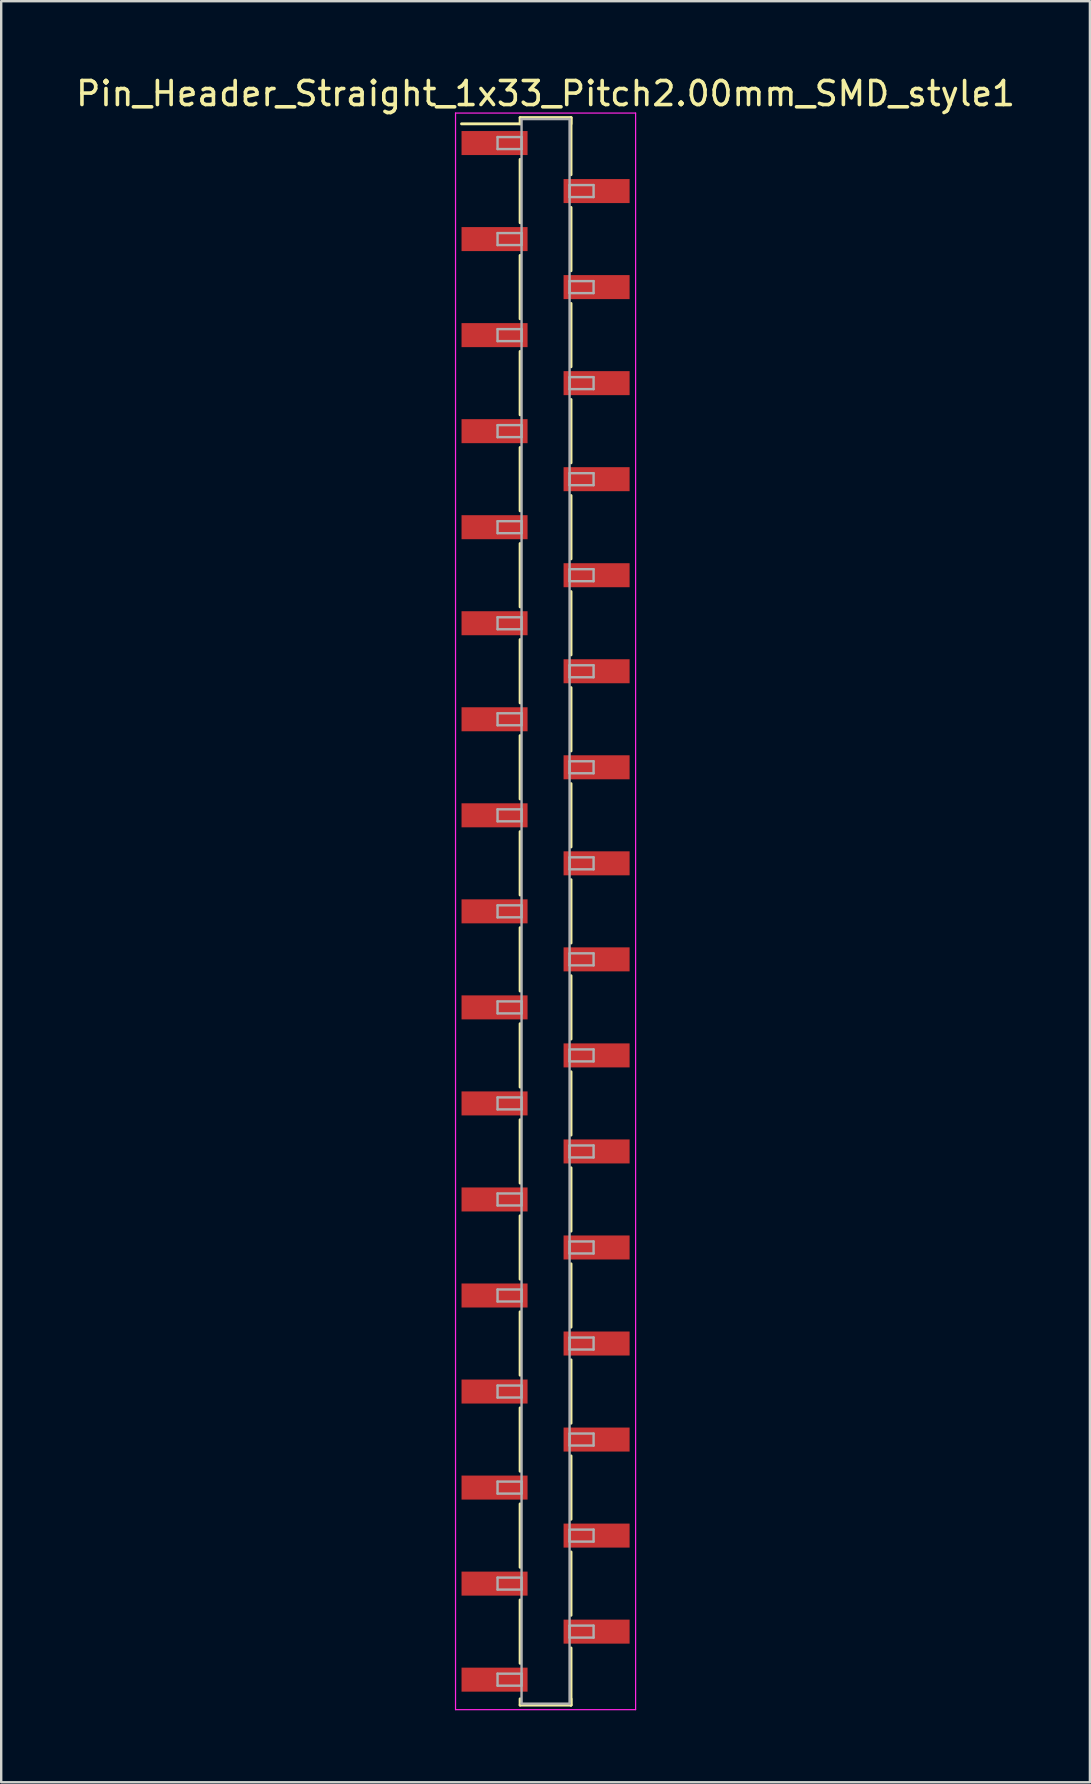
<source format=kicad_pcb>
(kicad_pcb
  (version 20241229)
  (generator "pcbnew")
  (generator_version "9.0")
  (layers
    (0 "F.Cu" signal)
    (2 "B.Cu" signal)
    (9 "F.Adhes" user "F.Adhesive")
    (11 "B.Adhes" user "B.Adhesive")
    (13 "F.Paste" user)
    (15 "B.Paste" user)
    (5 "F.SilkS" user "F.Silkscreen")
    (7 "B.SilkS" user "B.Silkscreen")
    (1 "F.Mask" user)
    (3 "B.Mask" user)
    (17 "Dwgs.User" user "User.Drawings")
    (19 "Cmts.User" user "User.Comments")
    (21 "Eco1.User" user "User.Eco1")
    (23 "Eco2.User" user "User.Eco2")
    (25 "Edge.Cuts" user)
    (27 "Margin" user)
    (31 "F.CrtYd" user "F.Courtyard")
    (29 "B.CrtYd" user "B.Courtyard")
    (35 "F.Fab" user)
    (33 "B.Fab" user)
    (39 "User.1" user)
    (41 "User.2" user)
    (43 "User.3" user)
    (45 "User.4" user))
  (footprint "Pin_Header_Straight_1x33_Pitch2.00mm_SMD_style1"
    (layer "F.Cu")
    (at 19.673 34.908)
    (property "Reference" "Pin_Header_Straight_1x33_Pitch2.00mm_SMD_style1" (at 0 -34.06 0) (layer "F.SilkS") (effects (font (size 1 1) (thickness 0.15))))
    (attr smd)
    (fp_line (start -1.06 -33.06) (end 1.06 -33.06) (stroke (width 0.12) (type solid)) (layer "F.SilkS"))
    (fp_line (start -1.06 -32.8) (end -3.5 -32.8) (stroke (width 0.12) (type solid)) (layer "F.SilkS"))
    (fp_line (start -1.06 -32.8) (end -1.06 -33.06) (stroke (width 0.12) (type solid)) (layer "F.SilkS"))
    (fp_line (start -1.06 -31.32) (end -1.06 -28.68) (stroke (width 0.12) (type solid)) (layer "F.SilkS"))
    (fp_line (start -1.06 -27.32) (end -1.06 -24.68) (stroke (width 0.12) (type solid)) (layer "F.SilkS"))
    (fp_line (start -1.06 -23.32) (end -1.06 -20.68) (stroke (width 0.12) (type solid)) (layer "F.SilkS"))
    (fp_line (start -1.06 -19.32) (end -1.06 -16.68) (stroke (width 0.12) (type solid)) (layer "F.SilkS"))
    (fp_line (start -1.06 -15.32) (end -1.06 -12.68) (stroke (width 0.12) (type solid)) (layer "F.SilkS"))
    (fp_line (start -1.06 -11.32) (end -1.06 -8.68) (stroke (width 0.12) (type solid)) (layer "F.SilkS"))
    (fp_line (start -1.06 -7.32) (end -1.06 -4.68) (stroke (width 0.12) (type solid)) (layer "F.SilkS"))
    (fp_line (start -1.06 -3.32) (end -1.06 -0.68) (stroke (width 0.12) (type solid)) (layer "F.SilkS"))
    (fp_line (start -1.06 0.68) (end -1.06 3.32) (stroke (width 0.12) (type solid)) (layer "F.SilkS"))
    (fp_line (start -1.06 4.68) (end -1.06 7.32) (stroke (width 0.12) (type solid)) (layer "F.SilkS"))
    (fp_line (start -1.06 8.68) (end -1.06 11.32) (stroke (width 0.12) (type solid)) (layer "F.SilkS"))
    (fp_line (start -1.06 12.68) (end -1.06 15.32) (stroke (width 0.12) (type solid)) (layer "F.SilkS"))
    (fp_line (start -1.06 16.68) (end -1.06 19.32) (stroke (width 0.12) (type solid)) (layer "F.SilkS"))
    (fp_line (start -1.06 20.68) (end -1.06 23.32) (stroke (width 0.12) (type solid)) (layer "F.SilkS"))
    (fp_line (start -1.06 24.68) (end -1.06 27.32) (stroke (width 0.12) (type solid)) (layer "F.SilkS"))
    (fp_line (start -1.06 28.68) (end -1.06 31.32) (stroke (width 0.12) (type solid)) (layer "F.SilkS"))
    (fp_line (start -1.06 32.8) (end -1.06 33.06) (stroke (width 0.12) (type solid)) (layer "F.SilkS"))
    (fp_line (start -1.06 33.06) (end 1.06 33.06) (stroke (width 0.12) (type solid)) (layer "F.SilkS"))
    (fp_line (start 1.06 -33.06) (end 1.06 -32.8) (stroke (width 0.12) (type solid)) (layer "F.SilkS"))
    (fp_line (start 1.06 -33.06) (end 1.06 -30.68) (stroke (width 0.12) (type solid)) (layer "F.SilkS"))
    (fp_line (start 1.06 -29.32) (end 1.06 -26.68) (stroke (width 0.12) (type solid)) (layer "F.SilkS"))
    (fp_line (start 1.06 -25.32) (end 1.06 -22.68) (stroke (width 0.12) (type solid)) (layer "F.SilkS"))
    (fp_line (start 1.06 -21.32) (end 1.06 -18.68) (stroke (width 0.12) (type solid)) (layer "F.SilkS"))
    (fp_line (start 1.06 -17.32) (end 1.06 -14.68) (stroke (width 0.12) (type solid)) (layer "F.SilkS"))
    (fp_line (start 1.06 -13.32) (end 1.06 -10.68) (stroke (width 0.12) (type solid)) (layer "F.SilkS"))
    (fp_line (start 1.06 -9.32) (end 1.06 -6.68) (stroke (width 0.12) (type solid)) (layer "F.SilkS"))
    (fp_line (start 1.06 -5.32) (end 1.06 -2.68) (stroke (width 0.12) (type solid)) (layer "F.SilkS"))
    (fp_line (start 1.06 -1.32) (end 1.06 1.32) (stroke (width 0.12) (type solid)) (layer "F.SilkS"))
    (fp_line (start 1.06 2.68) (end 1.06 5.32) (stroke (width 0.12) (type solid)) (layer "F.SilkS"))
    (fp_line (start 1.06 6.68) (end 1.06 9.32) (stroke (width 0.12) (type solid)) (layer "F.SilkS"))
    (fp_line (start 1.06 10.68) (end 1.06 13.32) (stroke (width 0.12) (type solid)) (layer "F.SilkS"))
    (fp_line (start 1.06 14.68) (end 1.06 17.32) (stroke (width 0.12) (type solid)) (layer "F.SilkS"))
    (fp_line (start 1.06 18.68) (end 1.06 21.32) (stroke (width 0.12) (type solid)) (layer "F.SilkS"))
    (fp_line (start 1.06 22.68) (end 1.06 25.32) (stroke (width 0.12) (type solid)) (layer "F.SilkS"))
    (fp_line (start 1.06 26.68) (end 1.06 29.32) (stroke (width 0.12) (type solid)) (layer "F.SilkS"))
    (fp_line (start 1.06 30.68) (end 1.06 33.06) (stroke (width 0.12) (type solid)) (layer "F.SilkS"))
    (fp_line (start 1.06 33.06) (end 1.06 32.8) (stroke (width 0.12) (type solid)) (layer "F.SilkS"))
    (fp_line (start -3.75 -33.25) (end -3.75 33.25) (stroke (width 0.05) (type solid)) (layer "F.CrtYd"))
    (fp_line (start -3.75 33.25) (end 3.75 33.25) (stroke (width 0.05) (type solid)) (layer "F.CrtYd"))
    (fp_line (start 3.75 -33.25) (end -3.75 -33.25) (stroke (width 0.05) (type solid)) (layer "F.CrtYd"))
    (fp_line (start 3.75 33.25) (end 3.75 -33.25) (stroke (width 0.05) (type solid)) (layer "F.CrtYd"))
    (fp_line (start -2 -32.25) (end -1 -32.25) (stroke (width 0.1) (type solid)) (layer "F.Fab"))
    (fp_line (start -2 -31.75) (end -2 -32.25) (stroke (width 0.1) (type solid)) (layer "F.Fab"))
    (fp_line (start -2 -28.25) (end -1 -28.25) (stroke (width 0.1) (type solid)) (layer "F.Fab"))
    (fp_line (start -2 -27.75) (end -2 -28.25) (stroke (width 0.1) (type solid)) (layer "F.Fab"))
    (fp_line (start -2 -24.25) (end -1 -24.25) (stroke (width 0.1) (type solid)) (layer "F.Fab"))
    (fp_line (start -2 -23.75) (end -2 -24.25) (stroke (width 0.1) (type solid)) (layer "F.Fab"))
    (fp_line (start -2 -20.25) (end -1 -20.25) (stroke (width 0.1) (type solid)) (layer "F.Fab"))
    (fp_line (start -2 -19.75) (end -2 -20.25) (stroke (width 0.1) (type solid)) (layer "F.Fab"))
    (fp_line (start -2 -16.25) (end -1 -16.25) (stroke (width 0.1) (type solid)) (layer "F.Fab"))
    (fp_line (start -2 -15.75) (end -2 -16.25) (stroke (width 0.1) (type solid)) (layer "F.Fab"))
    (fp_line (start -2 -12.25) (end -1 -12.25) (stroke (width 0.1) (type solid)) (layer "F.Fab"))
    (fp_line (start -2 -11.75) (end -2 -12.25) (stroke (width 0.1) (type solid)) (layer "F.Fab"))
    (fp_line (start -2 -8.25) (end -1 -8.25) (stroke (width 0.1) (type solid)) (layer "F.Fab"))
    (fp_line (start -2 -7.75) (end -2 -8.25) (stroke (width 0.1) (type solid)) (layer "F.Fab"))
    (fp_line (start -2 -4.25) (end -1 -4.25) (stroke (width 0.1) (type solid)) (layer "F.Fab"))
    (fp_line (start -2 -3.75) (end -2 -4.25) (stroke (width 0.1) (type solid)) (layer "F.Fab"))
    (fp_line (start -2 -0.25) (end -1 -0.25) (stroke (width 0.1) (type solid)) (layer "F.Fab"))
    (fp_line (start -2 0.25) (end -2 -0.25) (stroke (width 0.1) (type solid)) (layer "F.Fab"))
    (fp_line (start -2 3.75) (end -1 3.75) (stroke (width 0.1) (type solid)) (layer "F.Fab"))
    (fp_line (start -2 4.25) (end -2 3.75) (stroke (width 0.1) (type solid)) (layer "F.Fab"))
    (fp_line (start -2 7.75) (end -1 7.75) (stroke (width 0.1) (type solid)) (layer "F.Fab"))
    (fp_line (start -2 8.25) (end -2 7.75) (stroke (width 0.1) (type solid)) (layer "F.Fab"))
    (fp_line (start -2 11.75) (end -1 11.75) (stroke (width 0.1) (type solid)) (layer "F.Fab"))
    (fp_line (start -2 12.25) (end -2 11.75) (stroke (width 0.1) (type solid)) (layer "F.Fab"))
    (fp_line (start -2 15.75) (end -1 15.75) (stroke (width 0.1) (type solid)) (layer "F.Fab"))
    (fp_line (start -2 16.25) (end -2 15.75) (stroke (width 0.1) (type solid)) (layer "F.Fab"))
    (fp_line (start -2 19.75) (end -1 19.75) (stroke (width 0.1) (type solid)) (layer "F.Fab"))
    (fp_line (start -2 20.25) (end -2 19.75) (stroke (width 0.1) (type solid)) (layer "F.Fab"))
    (fp_line (start -2 23.75) (end -1 23.75) (stroke (width 0.1) (type solid)) (layer "F.Fab"))
    (fp_line (start -2 24.25) (end -2 23.75) (stroke (width 0.1) (type solid)) (layer "F.Fab"))
    (fp_line (start -2 27.75) (end -1 27.75) (stroke (width 0.1) (type solid)) (layer "F.Fab"))
    (fp_line (start -2 28.25) (end -2 27.75) (stroke (width 0.1) (type solid)) (layer "F.Fab"))
    (fp_line (start -2 31.75) (end -1 31.75) (stroke (width 0.1) (type solid)) (layer "F.Fab"))
    (fp_line (start -2 32.25) (end -2 31.75) (stroke (width 0.1) (type solid)) (layer "F.Fab"))
    (fp_line (start -1 -33) (end -1 33) (stroke (width 0.1) (type solid)) (layer "F.Fab"))
    (fp_line (start -1 -32.25) (end -1 -31.75) (stroke (width 0.1) (type solid)) (layer "F.Fab"))
    (fp_line (start -1 -31.75) (end -2 -31.75) (stroke (width 0.1) (type solid)) (layer "F.Fab"))
    (fp_line (start -1 -28.25) (end -1 -27.75) (stroke (width 0.1) (type solid)) (layer "F.Fab"))
    (fp_line (start -1 -27.75) (end -2 -27.75) (stroke (width 0.1) (type solid)) (layer "F.Fab"))
    (fp_line (start -1 -24.25) (end -1 -23.75) (stroke (width 0.1) (type solid)) (layer "F.Fab"))
    (fp_line (start -1 -23.75) (end -2 -23.75) (stroke (width 0.1) (type solid)) (layer "F.Fab"))
    (fp_line (start -1 -20.25) (end -1 -19.75) (stroke (width 0.1) (type solid)) (layer "F.Fab"))
    (fp_line (start -1 -19.75) (end -2 -19.75) (stroke (width 0.1) (type solid)) (layer "F.Fab"))
    (fp_line (start -1 -16.25) (end -1 -15.75) (stroke (width 0.1) (type solid)) (layer "F.Fab"))
    (fp_line (start -1 -15.75) (end -2 -15.75) (stroke (width 0.1) (type solid)) (layer "F.Fab"))
    (fp_line (start -1 -12.25) (end -1 -11.75) (stroke (width 0.1) (type solid)) (layer "F.Fab"))
    (fp_line (start -1 -11.75) (end -2 -11.75) (stroke (width 0.1) (type solid)) (layer "F.Fab"))
    (fp_line (start -1 -8.25) (end -1 -7.75) (stroke (width 0.1) (type solid)) (layer "F.Fab"))
    (fp_line (start -1 -7.75) (end -2 -7.75) (stroke (width 0.1) (type solid)) (layer "F.Fab"))
    (fp_line (start -1 -4.25) (end -1 -3.75) (stroke (width 0.1) (type solid)) (layer "F.Fab"))
    (fp_line (start -1 -3.75) (end -2 -3.75) (stroke (width 0.1) (type solid)) (layer "F.Fab"))
    (fp_line (start -1 -0.25) (end -1 0.25) (stroke (width 0.1) (type solid)) (layer "F.Fab"))
    (fp_line (start -1 0.25) (end -2 0.25) (stroke (width 0.1) (type solid)) (layer "F.Fab"))
    (fp_line (start -1 3.75) (end -1 4.25) (stroke (width 0.1) (type solid)) (layer "F.Fab"))
    (fp_line (start -1 4.25) (end -2 4.25) (stroke (width 0.1) (type solid)) (layer "F.Fab"))
    (fp_line (start -1 7.75) (end -1 8.25) (stroke (width 0.1) (type solid)) (layer "F.Fab"))
    (fp_line (start -1 8.25) (end -2 8.25) (stroke (width 0.1) (type solid)) (layer "F.Fab"))
    (fp_line (start -1 11.75) (end -1 12.25) (stroke (width 0.1) (type solid)) (layer "F.Fab"))
    (fp_line (start -1 12.25) (end -2 12.25) (stroke (width 0.1) (type solid)) (layer "F.Fab"))
    (fp_line (start -1 15.75) (end -1 16.25) (stroke (width 0.1) (type solid)) (layer "F.Fab"))
    (fp_line (start -1 16.25) (end -2 16.25) (stroke (width 0.1) (type solid)) (layer "F.Fab"))
    (fp_line (start -1 19.75) (end -1 20.25) (stroke (width 0.1) (type solid)) (layer "F.Fab"))
    (fp_line (start -1 20.25) (end -2 20.25) (stroke (width 0.1) (type solid)) (layer "F.Fab"))
    (fp_line (start -1 23.75) (end -1 24.25) (stroke (width 0.1) (type solid)) (layer "F.Fab"))
    (fp_line (start -1 24.25) (end -2 24.25) (stroke (width 0.1) (type solid)) (layer "F.Fab"))
    (fp_line (start -1 27.75) (end -1 28.25) (stroke (width 0.1) (type solid)) (layer "F.Fab"))
    (fp_line (start -1 28.25) (end -2 28.25) (stroke (width 0.1) (type solid)) (layer "F.Fab"))
    (fp_line (start -1 31.75) (end -1 32.25) (stroke (width 0.1) (type solid)) (layer "F.Fab"))
    (fp_line (start -1 32.25) (end -2 32.25) (stroke (width 0.1) (type solid)) (layer "F.Fab"))
    (fp_line (start -1 33) (end 1 33) (stroke (width 0.1) (type solid)) (layer "F.Fab"))
    (fp_line (start 1 -33) (end -1 -33) (stroke (width 0.1) (type solid)) (layer "F.Fab"))
    (fp_line (start 1 -30.25) (end 1 -29.75) (stroke (width 0.1) (type solid)) (layer "F.Fab"))
    (fp_line (start 1 -29.75) (end 2 -29.75) (stroke (width 0.1) (type solid)) (layer "F.Fab"))
    (fp_line (start 1 -26.25) (end 1 -25.75) (stroke (width 0.1) (type solid)) (layer "F.Fab"))
    (fp_line (start 1 -25.75) (end 2 -25.75) (stroke (width 0.1) (type solid)) (layer "F.Fab"))
    (fp_line (start 1 -22.25) (end 1 -21.75) (stroke (width 0.1) (type solid)) (layer "F.Fab"))
    (fp_line (start 1 -21.75) (end 2 -21.75) (stroke (width 0.1) (type solid)) (layer "F.Fab"))
    (fp_line (start 1 -18.25) (end 1 -17.75) (stroke (width 0.1) (type solid)) (layer "F.Fab"))
    (fp_line (start 1 -17.75) (end 2 -17.75) (stroke (width 0.1) (type solid)) (layer "F.Fab"))
    (fp_line (start 1 -14.25) (end 1 -13.75) (stroke (width 0.1) (type solid)) (layer "F.Fab"))
    (fp_line (start 1 -13.75) (end 2 -13.75) (stroke (width 0.1) (type solid)) (layer "F.Fab"))
    (fp_line (start 1 -10.25) (end 1 -9.75) (stroke (width 0.1) (type solid)) (layer "F.Fab"))
    (fp_line (start 1 -9.75) (end 2 -9.75) (stroke (width 0.1) (type solid)) (layer "F.Fab"))
    (fp_line (start 1 -6.25) (end 1 -5.75) (stroke (width 0.1) (type solid)) (layer "F.Fab"))
    (fp_line (start 1 -5.75) (end 2 -5.75) (stroke (width 0.1) (type solid)) (layer "F.Fab"))
    (fp_line (start 1 -2.25) (end 1 -1.75) (stroke (width 0.1) (type solid)) (layer "F.Fab"))
    (fp_line (start 1 -1.75) (end 2 -1.75) (stroke (width 0.1) (type solid)) (layer "F.Fab"))
    (fp_line (start 1 1.75) (end 1 2.25) (stroke (width 0.1) (type solid)) (layer "F.Fab"))
    (fp_line (start 1 2.25) (end 2 2.25) (stroke (width 0.1) (type solid)) (layer "F.Fab"))
    (fp_line (start 1 5.75) (end 1 6.25) (stroke (width 0.1) (type solid)) (layer "F.Fab"))
    (fp_line (start 1 6.25) (end 2 6.25) (stroke (width 0.1) (type solid)) (layer "F.Fab"))
    (fp_line (start 1 9.75) (end 1 10.25) (stroke (width 0.1) (type solid)) (layer "F.Fab"))
    (fp_line (start 1 10.25) (end 2 10.25) (stroke (width 0.1) (type solid)) (layer "F.Fab"))
    (fp_line (start 1 13.75) (end 1 14.25) (stroke (width 0.1) (type solid)) (layer "F.Fab"))
    (fp_line (start 1 14.25) (end 2 14.25) (stroke (width 0.1) (type solid)) (layer "F.Fab"))
    (fp_line (start 1 17.75) (end 1 18.25) (stroke (width 0.1) (type solid)) (layer "F.Fab"))
    (fp_line (start 1 18.25) (end 2 18.25) (stroke (width 0.1) (type solid)) (layer "F.Fab"))
    (fp_line (start 1 21.75) (end 1 22.25) (stroke (width 0.1) (type solid)) (layer "F.Fab"))
    (fp_line (start 1 22.25) (end 2 22.25) (stroke (width 0.1) (type solid)) (layer "F.Fab"))
    (fp_line (start 1 25.75) (end 1 26.25) (stroke (width 0.1) (type solid)) (layer "F.Fab"))
    (fp_line (start 1 26.25) (end 2 26.25) (stroke (width 0.1) (type solid)) (layer "F.Fab"))
    (fp_line (start 1 29.75) (end 1 30.25) (stroke (width 0.1) (type solid)) (layer "F.Fab"))
    (fp_line (start 1 30.25) (end 2 30.25) (stroke (width 0.1) (type solid)) (layer "F.Fab"))
    (fp_line (start 1 33) (end 1 -33) (stroke (width 0.1) (type solid)) (layer "F.Fab"))
    (fp_line (start 2 -30.25) (end 1 -30.25) (stroke (width 0.1) (type solid)) (layer "F.Fab"))
    (fp_line (start 2 -29.75) (end 2 -30.25) (stroke (width 0.1) (type solid)) (layer "F.Fab"))
    (fp_line (start 2 -26.25) (end 1 -26.25) (stroke (width 0.1) (type solid)) (layer "F.Fab"))
    (fp_line (start 2 -25.75) (end 2 -26.25) (stroke (width 0.1) (type solid)) (layer "F.Fab"))
    (fp_line (start 2 -22.25) (end 1 -22.25) (stroke (width 0.1) (type solid)) (layer "F.Fab"))
    (fp_line (start 2 -21.75) (end 2 -22.25) (stroke (width 0.1) (type solid)) (layer "F.Fab"))
    (fp_line (start 2 -18.25) (end 1 -18.25) (stroke (width 0.1) (type solid)) (layer "F.Fab"))
    (fp_line (start 2 -17.75) (end 2 -18.25) (stroke (width 0.1) (type solid)) (layer "F.Fab"))
    (fp_line (start 2 -14.25) (end 1 -14.25) (stroke (width 0.1) (type solid)) (layer "F.Fab"))
    (fp_line (start 2 -13.75) (end 2 -14.25) (stroke (width 0.1) (type solid)) (layer "F.Fab"))
    (fp_line (start 2 -10.25) (end 1 -10.25) (stroke (width 0.1) (type solid)) (layer "F.Fab"))
    (fp_line (start 2 -9.75) (end 2 -10.25) (stroke (width 0.1) (type solid)) (layer "F.Fab"))
    (fp_line (start 2 -6.25) (end 1 -6.25) (stroke (width 0.1) (type solid)) (layer "F.Fab"))
    (fp_line (start 2 -5.75) (end 2 -6.25) (stroke (width 0.1) (type solid)) (layer "F.Fab"))
    (fp_line (start 2 -2.25) (end 1 -2.25) (stroke (width 0.1) (type solid)) (layer "F.Fab"))
    (fp_line (start 2 -1.75) (end 2 -2.25) (stroke (width 0.1) (type solid)) (layer "F.Fab"))
    (fp_line (start 2 1.75) (end 1 1.75) (stroke (width 0.1) (type solid)) (layer "F.Fab"))
    (fp_line (start 2 2.25) (end 2 1.75) (stroke (width 0.1) (type solid)) (layer "F.Fab"))
    (fp_line (start 2 5.75) (end 1 5.75) (stroke (width 0.1) (type solid)) (layer "F.Fab"))
    (fp_line (start 2 6.25) (end 2 5.75) (stroke (width 0.1) (type solid)) (layer "F.Fab"))
    (fp_line (start 2 9.75) (end 1 9.75) (stroke (width 0.1) (type solid)) (layer "F.Fab"))
    (fp_line (start 2 10.25) (end 2 9.75) (stroke (width 0.1) (type solid)) (layer "F.Fab"))
    (fp_line (start 2 13.75) (end 1 13.75) (stroke (width 0.1) (type solid)) (layer "F.Fab"))
    (fp_line (start 2 14.25) (end 2 13.75) (stroke (width 0.1) (type solid)) (layer "F.Fab"))
    (fp_line (start 2 17.75) (end 1 17.75) (stroke (width 0.1) (type solid)) (layer "F.Fab"))
    (fp_line (start 2 18.25) (end 2 17.75) (stroke (width 0.1) (type solid)) (layer "F.Fab"))
    (fp_line (start 2 21.75) (end 1 21.75) (stroke (width 0.1) (type solid)) (layer "F.Fab"))
    (fp_line (start 2 22.25) (end 2 21.75) (stroke (width 0.1) (type solid)) (layer "F.Fab"))
    (fp_line (start 2 25.75) (end 1 25.75) (stroke (width 0.1) (type solid)) (layer "F.Fab"))
    (fp_line (start 2 26.25) (end 2 25.75) (stroke (width 0.1) (type solid)) (layer "F.Fab"))
    (fp_line (start 2 29.75) (end 1 29.75) (stroke (width 0.1) (type solid)) (layer "F.Fab"))
    (fp_line (start 2 30.25) (end 2 29.75) (stroke (width 0.1) (type solid)) (layer "F.Fab"))
    (pad "1" smd rect (at -2.125 -32) (size 2.75 1) (layers "F.Cu" "F.Mask"))
    (pad "2" smd rect (at 2.125 -30) (size 2.75 1) (layers "F.Cu" "F.Mask"))
    (pad "3" smd rect (at -2.125 -28) (size 2.75 1) (layers "F.Cu" "F.Mask"))
    (pad "4" smd rect (at 2.125 -26) (size 2.75 1) (layers "F.Cu" "F.Mask"))
    (pad "5" smd rect (at -2.125 -24) (size 2.75 1) (layers "F.Cu" "F.Mask"))
    (pad "6" smd rect (at 2.125 -22) (size 2.75 1) (layers "F.Cu" "F.Mask"))
    (pad "7" smd rect (at -2.125 -20) (size 2.75 1) (layers "F.Cu" "F.Mask"))
    (pad "8" smd rect (at 2.125 -18) (size 2.75 1) (layers "F.Cu" "F.Mask"))
    (pad "9" smd rect (at -2.125 -16) (size 2.75 1) (layers "F.Cu" "F.Mask"))
    (pad "10" smd rect (at 2.125 -14) (size 2.75 1) (layers "F.Cu" "F.Mask"))
    (pad "11" smd rect (at -2.125 -12) (size 2.75 1) (layers "F.Cu" "F.Mask"))
    (pad "12" smd rect (at 2.125 -10) (size 2.75 1) (layers "F.Cu" "F.Mask"))
    (pad "13" smd rect (at -2.125 -8) (size 2.75 1) (layers "F.Cu" "F.Mask"))
    (pad "14" smd rect (at 2.125 -6) (size 2.75 1) (layers "F.Cu" "F.Mask"))
    (pad "15" smd rect (at -2.125 -4) (size 2.75 1) (layers "F.Cu" "F.Mask"))
    (pad "16" smd rect (at 2.125 -2) (size 2.75 1) (layers "F.Cu" "F.Mask"))
    (pad "17" smd rect (at -2.125 0) (size 2.75 1) (layers "F.Cu" "F.Mask"))
    (pad "18" smd rect (at 2.125 2) (size 2.75 1) (layers "F.Cu" "F.Mask"))
    (pad "19" smd rect (at -2.125 4) (size 2.75 1) (layers "F.Cu" "F.Mask"))
    (pad "20" smd rect (at 2.125 6) (size 2.75 1) (layers "F.Cu" "F.Mask"))
    (pad "21" smd rect (at -2.125 8) (size 2.75 1) (layers "F.Cu" "F.Mask"))
    (pad "22" smd rect (at 2.125 10) (size 2.75 1) (layers "F.Cu" "F.Mask"))
    (pad "23" smd rect (at -2.125 12) (size 2.75 1) (layers "F.Cu" "F.Mask"))
    (pad "24" smd rect (at 2.125 14) (size 2.75 1) (layers "F.Cu" "F.Mask"))
    (pad "25" smd rect (at -2.125 16) (size 2.75 1) (layers "F.Cu" "F.Mask"))
    (pad "26" smd rect (at 2.125 18) (size 2.75 1) (layers "F.Cu" "F.Mask"))
    (pad "27" smd rect (at -2.125 20) (size 2.75 1) (layers "F.Cu" "F.Mask"))
    (pad "28" smd rect (at 2.125 22) (size 2.75 1) (layers "F.Cu" "F.Mask"))
    (pad "29" smd rect (at -2.125 24) (size 2.75 1) (layers "F.Cu" "F.Mask"))
    (pad "30" smd rect (at 2.125 26) (size 2.75 1) (layers "F.Cu" "F.Mask"))
    (pad "31" smd rect (at -2.125 28) (size 2.75 1) (layers "F.Cu" "F.Mask"))
    (pad "32" smd rect (at 2.125 30) (size 2.75 1) (layers "F.Cu" "F.Mask"))
    (pad "33" smd rect (at -2.125 32) (size 2.75 1) (layers "F.Cu" "F.Mask")))
  (gr_rect
    (start -3 -3)
    (end 42.345 71.183)
    (stroke (width 0.1) (type default))
    (fill no)
    (layer "Edge.Cuts")))
</source>
